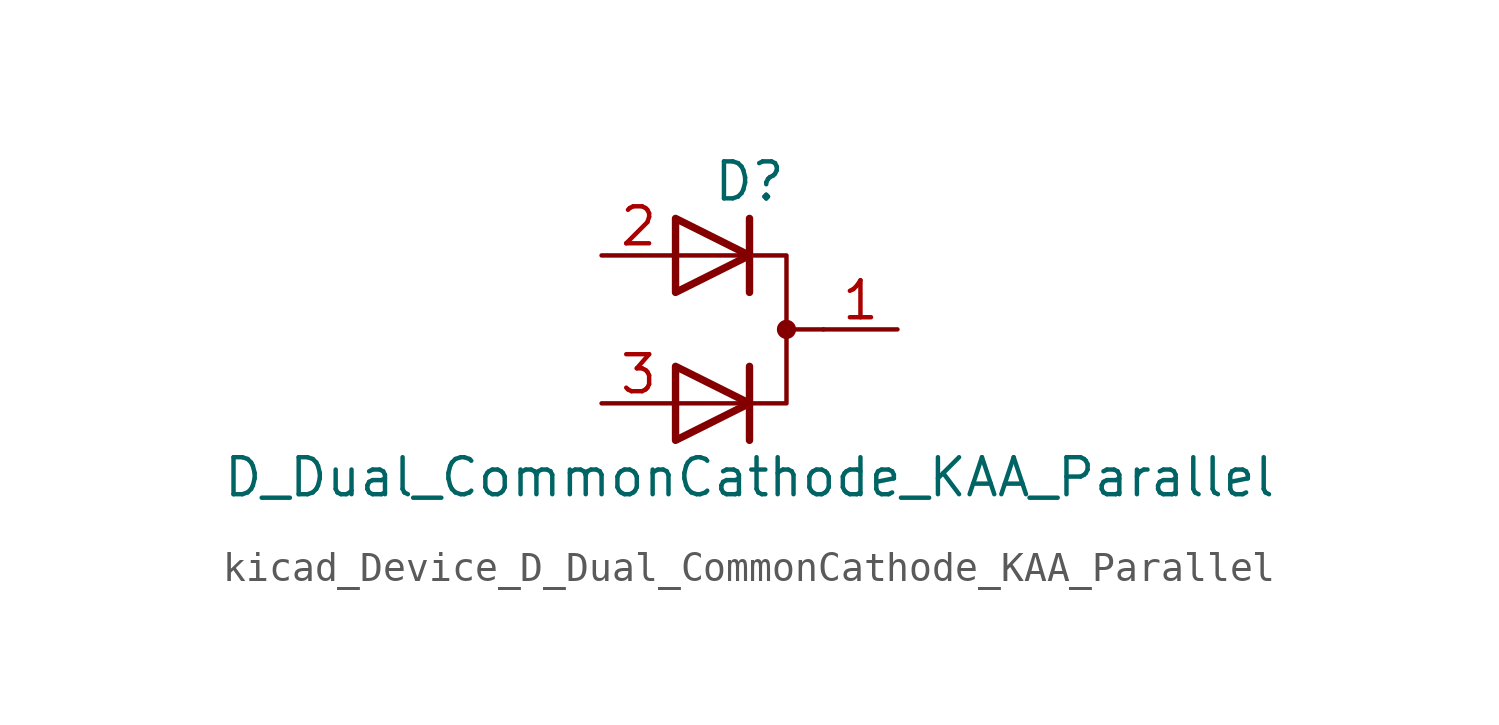
<source format=kicad_sym>
(kicad_symbol_lib
  (version 20220914)
  (generator kicad_symbol_editor)
  (symbol "kicad_Device_D_Dual_CommonCathode_KAA_Parallel"
    (pin_names
      (offset 0.762) hide)
    (property "Reference" "D"
      (at 0 5.08 0)
      (effects (font (size 1.27 1.27))))
    (property "Value" "D_Dual_CommonCathode_KAA_Parallel"
      (at 0 -5.08 0)
      (effects (font (size 1.27 1.27))))
    (symbol "kicad_Device_D_Dual_CommonCathode_KAA_Parallel_0_0"
      (polyline (pts (xy 0 -1.27) (xy 0 -3.81)) (stroke (width 0.254) (type default)) (fill (type none)))
      (polyline (pts (xy 0 3.81) (xy 0 1.27)) (stroke (width 0.254) (type default)) (fill (type none))))
    (symbol "kicad_Device_D_Dual_CommonCathode_KAA_Parallel_0_1"
      (polyline (pts (xy 1.27 0) (xy 2.54 0)) (stroke (width 0) (type default)) (fill (type none)))
      (polyline (pts (xy -2.54 -2.54) (xy 1.27 -2.54) (xy 1.27 2.54) (xy -2.54 2.54)) (stroke (width 0) (type default)) (fill (type none)))
      (polyline (pts (xy -2.54 -1.27) (xy 0 -2.54) (xy -2.54 -3.81) (xy -2.54 -1.27) (xy -2.54 -1.27) (xy -2.54 -1.27)) (stroke (width 0.254) (type default)) (fill (type none)))
      (polyline (pts (xy -2.54 3.81) (xy 0 2.54) (xy -2.54 1.27) (xy -2.54 3.81) (xy -2.54 3.81) (xy -2.54 3.81)) (stroke (width 0.254) (type default)) (fill (type none)))
      (circle (center 1.27 0) (radius 0.254) (stroke (width 0) (type default)) (fill (type outline)))
      (pin passive line (at 5.08 0 180) (length 2.54) (name "A" (effects (font (size 1.27 1.27)))) (number "1" (effects (font (size 1.27 1.27)))))
      (pin passive line (at -5.08 2.54 0) (length 2.54) (name "K" (effects (font (size 1.27 1.27)))) (number "2" (effects (font (size 1.27 1.27)))))
      (pin passive line (at -5.08 -2.54 0) (length 2.54) (name "K" (effects (font (size 1.27 1.27)))) (number "3" (effects (font (size 1.27 1.27))))))))
</source>
